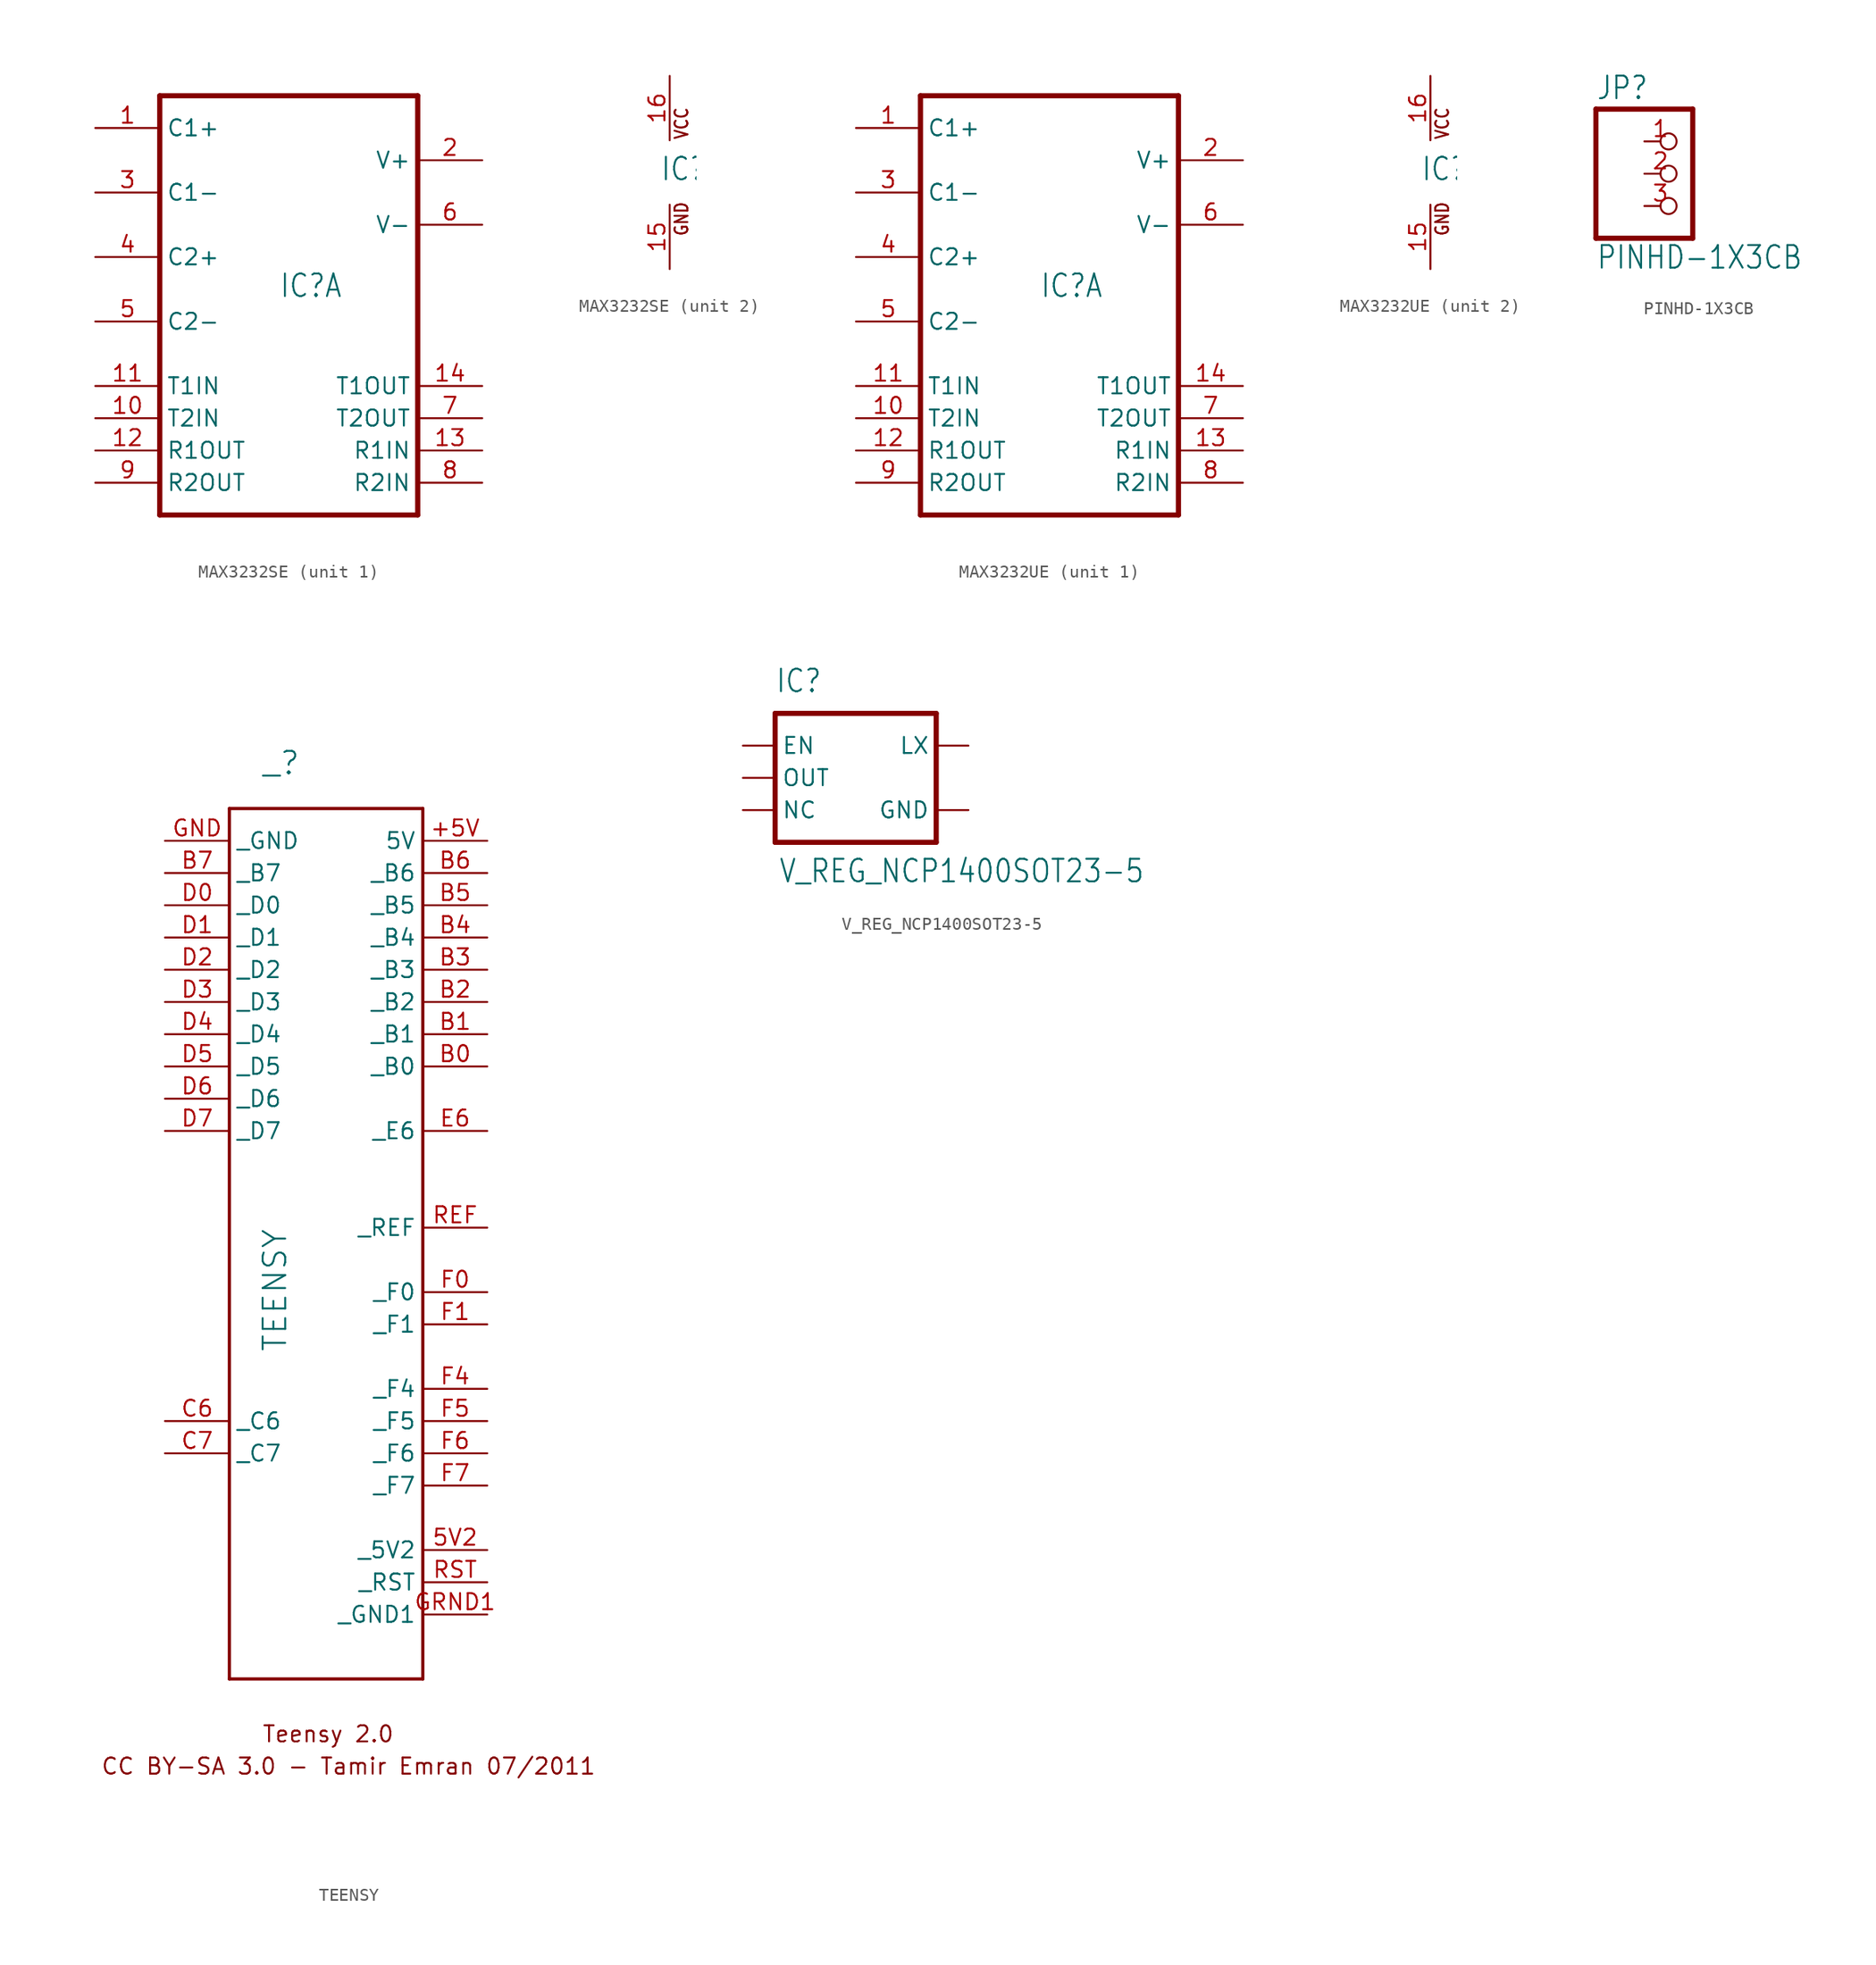
<source format=kicad_sym>
(kicad_symbol_lib
  (version 20211014)
  (generator kicad_symbol_editor)
  (symbol "MAX3232SE"
    (property "Reference" "IC"
      (at -0.762 -0.762 0)
      (effects (font (size 1.778 1.511)) (justify left bottom)))
    (property "ki_locked" ""
      (at 0 0 0)
      (effects (font (size 1.27 1.27))))
    (symbol "MAX3232SE_1_0"
      (polyline (pts (xy -10.16 15.24) (xy -10.16 -17.78)) (stroke (width 0.406) (type default) (color 0 0 0 0)) (fill (type none)))
      (polyline (pts (xy -10.16 15.24) (xy 10.16 15.24)) (stroke (width 0.406) (type default) (color 0 0 0 0)) (fill (type none)))
      (polyline (pts (xy 10.16 -17.78) (xy -10.16 -17.78)) (stroke (width 0.406) (type default) (color 0 0 0 0)) (fill (type none)))
      (polyline (pts (xy 10.16 -17.78) (xy 10.16 15.24)) (stroke (width 0.406) (type default) (color 0 0 0 0)) (fill (type none)))
      (pin bidirectional line (at -15.24 12.7 0) (length 5.08) (name "C1+" (effects (font (size 1.27 1.27)))) (number "1" (effects (font (size 1.27 1.27)))))
      (pin input line (at -15.24 -10.16 0) (length 5.08) (name "T2IN" (effects (font (size 1.27 1.27)))) (number "10" (effects (font (size 1.27 1.27)))))
      (pin input line (at -15.24 -7.62 0) (length 5.08) (name "T1IN" (effects (font (size 1.27 1.27)))) (number "11" (effects (font (size 1.27 1.27)))))
      (pin output line (at -15.24 -12.7 0) (length 5.08) (name "R1OUT" (effects (font (size 1.27 1.27)))) (number "12" (effects (font (size 1.27 1.27)))))
      (pin input line (at 15.24 -12.7 180) (length 5.08) (name "R1IN" (effects (font (size 1.27 1.27)))) (number "13" (effects (font (size 1.27 1.27)))))
      (pin output line (at 15.24 -7.62 180) (length 5.08) (name "T1OUT" (effects (font (size 1.27 1.27)))) (number "14" (effects (font (size 1.27 1.27)))))
      (pin bidirectional line (at 15.24 10.16 180) (length 5.08) (name "V+" (effects (font (size 1.27 1.27)))) (number "2" (effects (font (size 1.27 1.27)))))
      (pin bidirectional line (at -15.24 7.62 0) (length 5.08) (name "C1-" (effects (font (size 1.27 1.27)))) (number "3" (effects (font (size 1.27 1.27)))))
      (pin bidirectional line (at -15.24 2.54 0) (length 5.08) (name "C2+" (effects (font (size 1.27 1.27)))) (number "4" (effects (font (size 1.27 1.27)))))
      (pin bidirectional line (at -15.24 -2.54 0) (length 5.08) (name "C2-" (effects (font (size 1.27 1.27)))) (number "5" (effects (font (size 1.27 1.27)))))
      (pin bidirectional line (at 15.24 5.08 180) (length 5.08) (name "V-" (effects (font (size 1.27 1.27)))) (number "6" (effects (font (size 1.27 1.27)))))
      (pin output line (at 15.24 -10.16 180) (length 5.08) (name "T2OUT" (effects (font (size 1.27 1.27)))) (number "7" (effects (font (size 1.27 1.27)))))
      (pin input line (at 15.24 -15.24 180) (length 5.08) (name "R2IN" (effects (font (size 1.27 1.27)))) (number "8" (effects (font (size 1.27 1.27)))))
      (pin output line (at -15.24 -15.24 0) (length 5.08) (name "R2OUT" (effects (font (size 1.27 1.27)))) (number "9" (effects (font (size 1.27 1.27))))))
    (symbol "MAX3232SE_2_0"
      (text "GND" (at 1.524 -5.08 900) (effects (font (size 1.016 0.864)) (justify left bottom)))
      (text "VCC" (at 1.524 2.54 900) (effects (font (size 1.016 0.864)) (justify left bottom)))
      (pin power_in line (at 0 -7.62 90) (length 5.08) (name "GND" (effects (font (size 0 0)))) (number "15" (effects (font (size 1.27 1.27)))))
      (pin power_in line (at 0 7.62 270) (length 5.08) (name "VCC" (effects (font (size 0 0)))) (number "16" (effects (font (size 1.27 1.27)))))))
  (symbol "MAX3232UE"
    (property "Reference" "IC"
      (at -0.762 -0.762 0)
      (effects (font (size 1.778 1.511)) (justify left bottom)))
    (property "ki_locked" ""
      (at 0 0 0)
      (effects (font (size 1.27 1.27))))
    (symbol "MAX3232UE_1_0"
      (polyline (pts (xy -10.16 15.24) (xy -10.16 -17.78)) (stroke (width 0.406) (type default) (color 0 0 0 0)) (fill (type none)))
      (polyline (pts (xy -10.16 15.24) (xy 10.16 15.24)) (stroke (width 0.406) (type default) (color 0 0 0 0)) (fill (type none)))
      (polyline (pts (xy 10.16 -17.78) (xy -10.16 -17.78)) (stroke (width 0.406) (type default) (color 0 0 0 0)) (fill (type none)))
      (polyline (pts (xy 10.16 -17.78) (xy 10.16 15.24)) (stroke (width 0.406) (type default) (color 0 0 0 0)) (fill (type none)))
      (pin bidirectional line (at -15.24 12.7 0) (length 5.08) (name "C1+" (effects (font (size 1.27 1.27)))) (number "1" (effects (font (size 1.27 1.27)))))
      (pin input line (at -15.24 -10.16 0) (length 5.08) (name "T2IN" (effects (font (size 1.27 1.27)))) (number "10" (effects (font (size 1.27 1.27)))))
      (pin input line (at -15.24 -7.62 0) (length 5.08) (name "T1IN" (effects (font (size 1.27 1.27)))) (number "11" (effects (font (size 1.27 1.27)))))
      (pin output line (at -15.24 -12.7 0) (length 5.08) (name "R1OUT" (effects (font (size 1.27 1.27)))) (number "12" (effects (font (size 1.27 1.27)))))
      (pin input line (at 15.24 -12.7 180) (length 5.08) (name "R1IN" (effects (font (size 1.27 1.27)))) (number "13" (effects (font (size 1.27 1.27)))))
      (pin output line (at 15.24 -7.62 180) (length 5.08) (name "T1OUT" (effects (font (size 1.27 1.27)))) (number "14" (effects (font (size 1.27 1.27)))))
      (pin bidirectional line (at 15.24 10.16 180) (length 5.08) (name "V+" (effects (font (size 1.27 1.27)))) (number "2" (effects (font (size 1.27 1.27)))))
      (pin bidirectional line (at -15.24 7.62 0) (length 5.08) (name "C1-" (effects (font (size 1.27 1.27)))) (number "3" (effects (font (size 1.27 1.27)))))
      (pin bidirectional line (at -15.24 2.54 0) (length 5.08) (name "C2+" (effects (font (size 1.27 1.27)))) (number "4" (effects (font (size 1.27 1.27)))))
      (pin bidirectional line (at -15.24 -2.54 0) (length 5.08) (name "C2-" (effects (font (size 1.27 1.27)))) (number "5" (effects (font (size 1.27 1.27)))))
      (pin bidirectional line (at 15.24 5.08 180) (length 5.08) (name "V-" (effects (font (size 1.27 1.27)))) (number "6" (effects (font (size 1.27 1.27)))))
      (pin output line (at 15.24 -10.16 180) (length 5.08) (name "T2OUT" (effects (font (size 1.27 1.27)))) (number "7" (effects (font (size 1.27 1.27)))))
      (pin input line (at 15.24 -15.24 180) (length 5.08) (name "R2IN" (effects (font (size 1.27 1.27)))) (number "8" (effects (font (size 1.27 1.27)))))
      (pin output line (at -15.24 -15.24 0) (length 5.08) (name "R2OUT" (effects (font (size 1.27 1.27)))) (number "9" (effects (font (size 1.27 1.27))))))
    (symbol "MAX3232UE_2_0"
      (text "GND" (at 1.524 -5.08 900) (effects (font (size 1.016 0.864)) (justify left bottom)))
      (text "VCC" (at 1.524 2.54 900) (effects (font (size 1.016 0.864)) (justify left bottom)))
      (pin power_in line (at 0 -7.62 90) (length 5.08) (name "GND" (effects (font (size 0 0)))) (number "15" (effects (font (size 1.27 1.27)))))
      (pin power_in line (at 0 7.62 270) (length 5.08) (name "VCC" (effects (font (size 0 0)))) (number "16" (effects (font (size 1.27 1.27)))))))
  (symbol "PINHD-1X3CB"
    (property "Reference" "JP"
      (at -6.35 5.715 0)
      (effects (font (size 1.778 1.511)) (justify left bottom)))
    (property "Value" "PINHD-1X3CB"
      (at -6.35 -7.62 0)
      (effects (font (size 1.778 1.511)) (justify left bottom)))
    (property "ki_locked" ""
      (at 0 0 0)
      (effects (font (size 1.27 1.27))))
    (symbol "PINHD-1X3CB_1_0"
      (polyline (pts (xy -6.35 -5.08) (xy 1.27 -5.08)) (stroke (width 0.406) (type default) (color 0 0 0 0)) (fill (type none)))
      (polyline (pts (xy -6.35 5.08) (xy -6.35 -5.08)) (stroke (width 0.406) (type default) (color 0 0 0 0)) (fill (type none)))
      (polyline (pts (xy 1.27 -5.08) (xy 1.27 5.08)) (stroke (width 0.406) (type default) (color 0 0 0 0)) (fill (type none)))
      (polyline (pts (xy 1.27 5.08) (xy -6.35 5.08)) (stroke (width 0.406) (type default) (color 0 0 0 0)) (fill (type none)))
      (pin passive inverted (at -2.54 2.54 0) (length 2.54) (name "1" (effects (font (size 0 0)))) (number "1" (effects (font (size 1.27 1.27)))))
      (pin passive inverted (at -2.54 0 0) (length 2.54) (name "2" (effects (font (size 0 0)))) (number "2" (effects (font (size 1.27 1.27)))))
      (pin passive inverted (at -2.54 -2.54 0) (length 2.54) (name "3" (effects (font (size 0 0)))) (number "3" (effects (font (size 1.27 1.27)))))))
  (symbol "TEENSY"
    (property "Reference" "_"
      (at -5.08 38.1 0)
      (effects (font (size 1.778 1.778)) (justify left bottom)))
    (property "Value" "TEENSY"
      (at -5.08 2.54 90)
      (effects (font (size 1.778 1.778)) (justify right top)))
    (property "ki_locked" ""
      (at 0 0 0)
      (effects (font (size 1.27 1.27))))
    (symbol "TEENSY_1_0"
      (polyline (pts (xy -7.62 -33.02) (xy -7.62 35.56)) (stroke (width 0.254) (type default) (color 0 0 0 0)) (fill (type none)))
      (polyline (pts (xy -7.62 35.56) (xy 7.62 35.56)) (stroke (width 0.254) (type default) (color 0 0 0 0)) (fill (type none)))
      (polyline (pts (xy 7.62 -33.02) (xy -7.62 -33.02)) (stroke (width 0.254) (type default) (color 0 0 0 0)) (fill (type none)))
      (polyline (pts (xy 7.62 35.56) (xy 7.62 -33.02)) (stroke (width 0.254) (type default) (color 0 0 0 0)) (fill (type none)))
      (text "CC BY-SA 3.0 - Tamir Emran 07/2011" (at -17.78 -40.64 0) (effects (font (size 1.27 1.27)) (justify left bottom)))
      (text "Teensy 2.0" (at -5.08 -38.1 0) (effects (font (size 1.27 1.27)) (justify left bottom)))
      (pin bidirectional line (at 12.7 33.02 180) (length 5.08) (name "5V" (effects (font (size 1.27 1.27)))) (number "+5V" (effects (font (size 1.27 1.27)))))
      (pin bidirectional line (at 12.7 -22.86 180) (length 5.08) (name "_5V2" (effects (font (size 1.27 1.27)))) (number "5V2" (effects (font (size 1.27 1.27)))))
      (pin bidirectional line (at 12.7 15.24 180) (length 5.08) (name "_B0" (effects (font (size 1.27 1.27)))) (number "B0" (effects (font (size 1.27 1.27)))))
      (pin bidirectional line (at 12.7 17.78 180) (length 5.08) (name "_B1" (effects (font (size 1.27 1.27)))) (number "B1" (effects (font (size 1.27 1.27)))))
      (pin bidirectional line (at 12.7 20.32 180) (length 5.08) (name "_B2" (effects (font (size 1.27 1.27)))) (number "B2" (effects (font (size 1.27 1.27)))))
      (pin bidirectional line (at 12.7 22.86 180) (length 5.08) (name "_B3" (effects (font (size 1.27 1.27)))) (number "B3" (effects (font (size 1.27 1.27)))))
      (pin bidirectional line (at 12.7 25.4 180) (length 5.08) (name "_B4" (effects (font (size 1.27 1.27)))) (number "B4" (effects (font (size 1.27 1.27)))))
      (pin bidirectional line (at 12.7 27.94 180) (length 5.08) (name "_B5" (effects (font (size 1.27 1.27)))) (number "B5" (effects (font (size 1.27 1.27)))))
      (pin bidirectional line (at 12.7 30.48 180) (length 5.08) (name "_B6" (effects (font (size 1.27 1.27)))) (number "B6" (effects (font (size 1.27 1.27)))))
      (pin bidirectional line (at -12.7 30.48 0) (length 5.08) (name "_B7" (effects (font (size 1.27 1.27)))) (number "B7" (effects (font (size 1.27 1.27)))))
      (pin bidirectional line (at -12.7 -12.7 0) (length 5.08) (name "_C6" (effects (font (size 1.27 1.27)))) (number "C6" (effects (font (size 1.27 1.27)))))
      (pin bidirectional line (at -12.7 -15.24 0) (length 5.08) (name "_C7" (effects (font (size 1.27 1.27)))) (number "C7" (effects (font (size 1.27 1.27)))))
      (pin bidirectional line (at -12.7 27.94 0) (length 5.08) (name "_D0" (effects (font (size 1.27 1.27)))) (number "D0" (effects (font (size 1.27 1.27)))))
      (pin bidirectional line (at -12.7 25.4 0) (length 5.08) (name "_D1" (effects (font (size 1.27 1.27)))) (number "D1" (effects (font (size 1.27 1.27)))))
      (pin bidirectional line (at -12.7 22.86 0) (length 5.08) (name "_D2" (effects (font (size 1.27 1.27)))) (number "D2" (effects (font (size 1.27 1.27)))))
      (pin bidirectional line (at -12.7 20.32 0) (length 5.08) (name "_D3" (effects (font (size 1.27 1.27)))) (number "D3" (effects (font (size 1.27 1.27)))))
      (pin bidirectional line (at -12.7 17.78 0) (length 5.08) (name "_D4" (effects (font (size 1.27 1.27)))) (number "D4" (effects (font (size 1.27 1.27)))))
      (pin bidirectional line (at -12.7 15.24 0) (length 5.08) (name "_D5" (effects (font (size 1.27 1.27)))) (number "D5" (effects (font (size 1.27 1.27)))))
      (pin bidirectional line (at -12.7 12.7 0) (length 5.08) (name "_D6" (effects (font (size 1.27 1.27)))) (number "D6" (effects (font (size 1.27 1.27)))))
      (pin bidirectional line (at -12.7 10.16 0) (length 5.08) (name "_D7" (effects (font (size 1.27 1.27)))) (number "D7" (effects (font (size 1.27 1.27)))))
      (pin bidirectional line (at 12.7 10.16 180) (length 5.08) (name "_E6" (effects (font (size 1.27 1.27)))) (number "E6" (effects (font (size 1.27 1.27)))))
      (pin bidirectional line (at 12.7 -2.54 180) (length 5.08) (name "_F0" (effects (font (size 1.27 1.27)))) (number "F0" (effects (font (size 1.27 1.27)))))
      (pin bidirectional line (at 12.7 -5.08 180) (length 5.08) (name "_F1" (effects (font (size 1.27 1.27)))) (number "F1" (effects (font (size 1.27 1.27)))))
      (pin bidirectional line (at 12.7 -10.16 180) (length 5.08) (name "_F4" (effects (font (size 1.27 1.27)))) (number "F4" (effects (font (size 1.27 1.27)))))
      (pin bidirectional line (at 12.7 -12.7 180) (length 5.08) (name "_F5" (effects (font (size 1.27 1.27)))) (number "F5" (effects (font (size 1.27 1.27)))))
      (pin bidirectional line (at 12.7 -15.24 180) (length 5.08) (name "_F6" (effects (font (size 1.27 1.27)))) (number "F6" (effects (font (size 1.27 1.27)))))
      (pin bidirectional line (at 12.7 -17.78 180) (length 5.08) (name "_F7" (effects (font (size 1.27 1.27)))) (number "F7" (effects (font (size 1.27 1.27)))))
      (pin bidirectional line (at -12.7 33.02 0) (length 5.08) (name "_GND" (effects (font (size 1.27 1.27)))) (number "GND" (effects (font (size 1.27 1.27)))))
      (pin bidirectional line (at 12.7 -27.94 180) (length 5.08) (name "_GND1" (effects (font (size 1.27 1.27)))) (number "GRND1" (effects (font (size 1.27 1.27)))))
      (pin bidirectional line (at 12.7 2.54 180) (length 5.08) (name "_REF" (effects (font (size 1.27 1.27)))) (number "REF" (effects (font (size 1.27 1.27)))))
      (pin bidirectional line (at 12.7 -25.4 180) (length 5.08) (name "_RST" (effects (font (size 1.27 1.27)))) (number "RST" (effects (font (size 1.27 1.27)))))))
  (symbol "V_REG_NCP1400SOT23-5"
    (property "Reference" "IC"
      (at -5.08 6.604 0)
      (effects (font (size 1.778 1.511)) (justify left bottom)))
    (property "Value" "V_REG_NCP1400SOT23-5"
      (at -4.826 -8.382 0)
      (effects (font (size 1.778 1.511)) (justify left bottom)))
    (property "ki_locked" ""
      (at 0 0 0)
      (effects (font (size 1.27 1.27))))
    (symbol "V_REG_NCP1400SOT23-5_1_0"
      (polyline (pts (xy -5.08 -5.08) (xy 7.62 -5.08)) (stroke (width 0.406) (type default) (color 0 0 0 0)) (fill (type none)))
      (polyline (pts (xy -5.08 5.08) (xy -5.08 -5.08)) (stroke (width 0.406) (type default) (color 0 0 0 0)) (fill (type none)))
      (polyline (pts (xy 7.62 -5.08) (xy 7.62 5.08)) (stroke (width 0.406) (type default) (color 0 0 0 0)) (fill (type none)))
      (polyline (pts (xy 7.62 5.08) (xy -5.08 5.08)) (stroke (width 0.406) (type default) (color 0 0 0 0)) (fill (type none)))
      (pin input line (at -7.62 2.54 0) (length 2.54) (name "EN" (effects (font (size 1.27 1.27)))) (number "1" (effects (font (size 0 0)))))
      (pin passive line (at -7.62 0 0) (length 2.54) (name "OUT" (effects (font (size 1.27 1.27)))) (number "2" (effects (font (size 0 0)))))
      (pin input line (at -7.62 -2.54 0) (length 2.54) (name "NC" (effects (font (size 1.27 1.27)))) (number "3" (effects (font (size 0 0)))))
      (pin input line (at 10.16 -2.54 180) (length 2.54) (name "GND" (effects (font (size 1.27 1.27)))) (number "4" (effects (font (size 0 0)))))
      (pin input line (at 10.16 2.54 180) (length 2.54) (name "LX" (effects (font (size 1.27 1.27)))) (number "5" (effects (font (size 0 0))))))))
</source>
